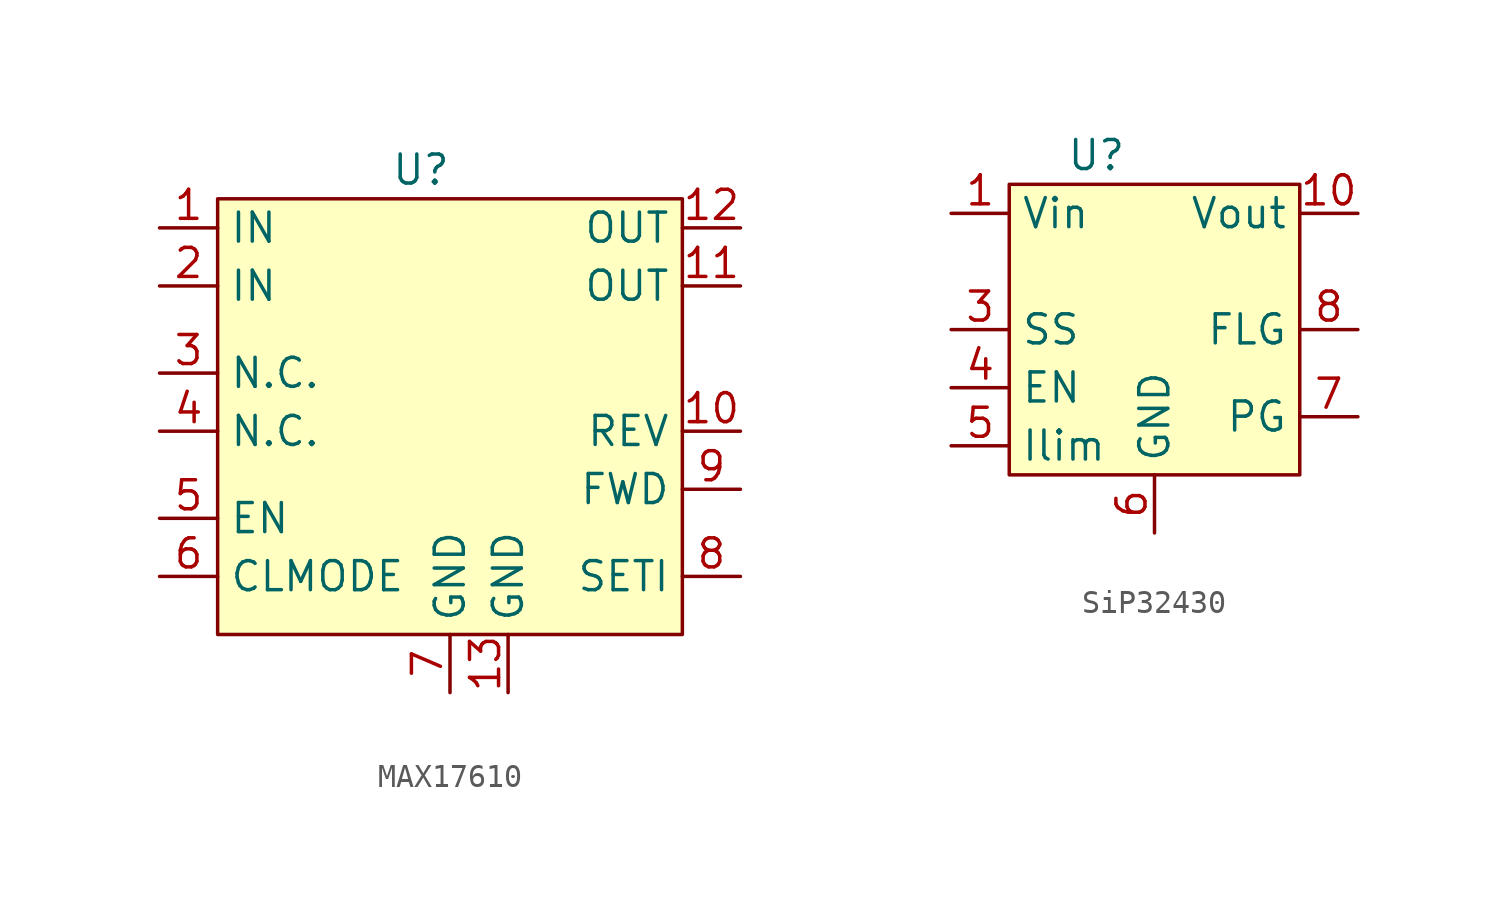
<source format=kicad_sym>
(kicad_symbol_lib
  (version 20220914)
  (generator kicad_symbol_editor)
  (symbol "MAX17610"
    (property "Reference" "U"
      (at -1.27 10.16 0)
      (effects (font (size 1.27 1.27))))
    (property "Value" ""
      (at -1.27 10.16 0)
      (effects (font (size 1.27 1.27))))
    (symbol "MAX17610_1_1"
      (rectangle (start -10.16 8.89) (end 10.16 -10.16) (stroke (width 0) (type default)) (fill (type background)))
      (pin input line (at -12.7 7.62 0) (length 2.54) (name "IN" (effects (font (size 1.27 1.27)))) (number "1" (effects (font (size 1.27 1.27)))))
      (pin bidirectional line (at 12.7 -1.27 180) (length 2.54) (name "REV" (effects (font (size 1.27 1.27)))) (number "10" (effects (font (size 1.27 1.27)))))
      (pin output line (at 12.7 5.08 180) (length 2.54) (name "OUT" (effects (font (size 1.27 1.27)))) (number "11" (effects (font (size 1.27 1.27)))))
      (pin output line (at 12.7 7.62 180) (length 2.54) (name "OUT" (effects (font (size 1.27 1.27)))) (number "12" (effects (font (size 1.27 1.27)))))
      (pin output line (at 2.54 -12.7 90) (length 2.54) (name "GND" (effects (font (size 1.27 1.27)))) (number "13" (effects (font (size 1.27 1.27)))))
      (pin input line (at -12.7 5.08 0) (length 2.54) (name "IN" (effects (font (size 1.27 1.27)))) (number "2" (effects (font (size 1.27 1.27)))))
      (pin bidirectional line (at -12.7 1.27 0) (length 2.54) (name "N.C." (effects (font (size 1.27 1.27)))) (number "3" (effects (font (size 1.27 1.27)))))
      (pin bidirectional line (at -12.7 -1.27 0) (length 2.54) (name "N.C." (effects (font (size 1.27 1.27)))) (number "4" (effects (font (size 1.27 1.27)))))
      (pin bidirectional line (at -12.7 -5.08 0) (length 2.54) (name "EN" (effects (font (size 1.27 1.27)))) (number "5" (effects (font (size 1.27 1.27)))))
      (pin bidirectional line (at -12.7 -7.62 0) (length 2.54) (name "CLMODE" (effects (font (size 1.27 1.27)))) (number "6" (effects (font (size 1.27 1.27)))))
      (pin output line (at 0 -12.7 90) (length 2.54) (name "GND" (effects (font (size 1.27 1.27)))) (number "7" (effects (font (size 1.27 1.27)))))
      (pin bidirectional line (at 12.7 -7.62 180) (length 2.54) (name "SETI" (effects (font (size 1.27 1.27)))) (number "8" (effects (font (size 1.27 1.27)))))
      (pin bidirectional line (at 12.7 -3.81 180) (length 2.54) (name "FWD" (effects (font (size 1.27 1.27)))) (number "9" (effects (font (size 1.27 1.27)))))))
  (symbol "SiP32430"
    (property "Reference" "U"
      (at -2.54 7.62 0)
      (effects (font (size 1.27 1.27))))
    (property "Value" ""
      (at -2.54 0 0)
      (effects (font (size 1.27 1.27))))
    (symbol "SiP32430_1_1"
      (rectangle (start -6.35 6.35) (end 6.35 -6.35) (stroke (width 0) (type default)) (fill (type background)))
      (pin input line (at -8.89 5.08 0) (length 2.54) (name "Vin" (effects (font (size 1.27 1.27)))) (number "1" (effects (font (size 1.27 1.27)))))
      (pin output line (at 8.89 5.08 180) (length 2.54) (name "Vout" (effects (font (size 1.27 1.27)))) (number "10" (effects (font (size 1.27 1.27)))))
      (pin bidirectional line (at -8.89 0 0) (length 2.54) (name "SS" (effects (font (size 1.27 1.27)))) (number "3" (effects (font (size 1.27 1.27)))))
      (pin bidirectional line (at -8.89 -2.54 0) (length 2.54) (name "EN" (effects (font (size 1.27 1.27)))) (number "4" (effects (font (size 1.27 1.27)))))
      (pin bidirectional line (at -8.89 -5.08 0) (length 2.54) (name "Ilim" (effects (font (size 1.27 1.27)))) (number "5" (effects (font (size 1.27 1.27)))))
      (pin bidirectional line (at 0 -8.89 90) (length 2.54) (name "GND" (effects (font (size 1.27 1.27)))) (number "6" (effects (font (size 1.27 1.27)))))
      (pin bidirectional line (at 8.89 -3.81 180) (length 2.54) (name "PG" (effects (font (size 1.27 1.27)))) (number "7" (effects (font (size 1.27 1.27)))))
      (pin bidirectional line (at 8.89 0 180) (length 2.54) (name "FLG" (effects (font (size 1.27 1.27)))) (number "8" (effects (font (size 1.27 1.27))))))))
</source>
